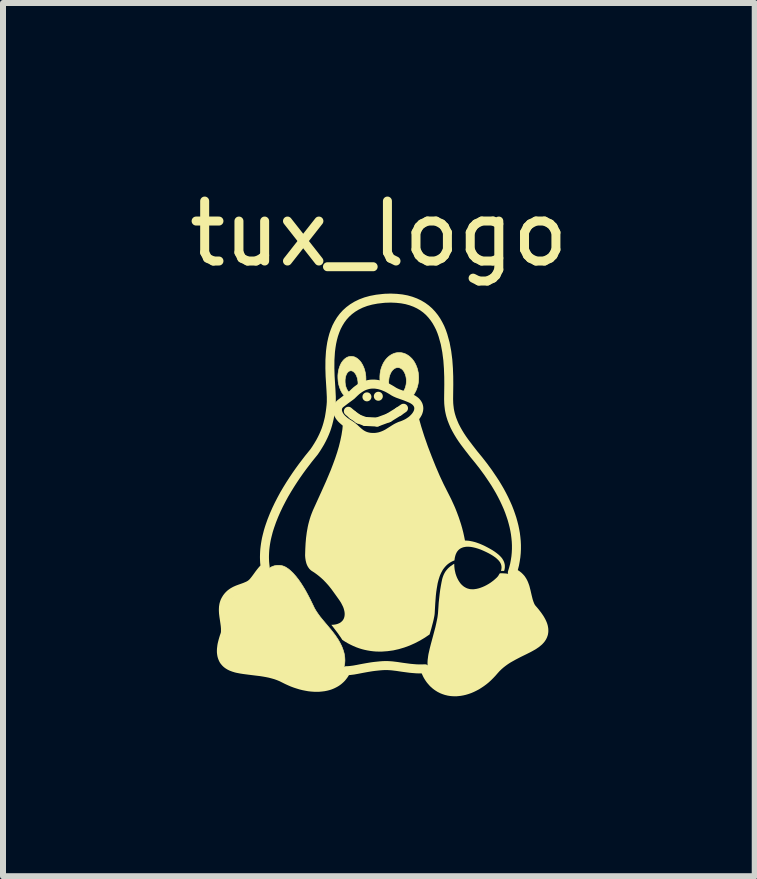
<source format=kicad_pcb>
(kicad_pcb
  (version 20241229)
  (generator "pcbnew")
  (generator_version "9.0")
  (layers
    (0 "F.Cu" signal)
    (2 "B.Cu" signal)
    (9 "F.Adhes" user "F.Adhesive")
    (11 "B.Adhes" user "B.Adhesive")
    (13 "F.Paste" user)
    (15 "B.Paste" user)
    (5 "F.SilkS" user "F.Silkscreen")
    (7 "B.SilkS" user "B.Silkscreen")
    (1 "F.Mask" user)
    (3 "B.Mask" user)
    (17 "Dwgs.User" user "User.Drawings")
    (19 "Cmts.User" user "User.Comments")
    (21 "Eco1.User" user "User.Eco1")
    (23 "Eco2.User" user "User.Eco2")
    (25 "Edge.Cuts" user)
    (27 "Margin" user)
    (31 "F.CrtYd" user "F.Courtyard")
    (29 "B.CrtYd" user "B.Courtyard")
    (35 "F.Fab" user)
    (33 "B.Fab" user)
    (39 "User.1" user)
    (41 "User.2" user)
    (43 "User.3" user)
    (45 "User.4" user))
  (footprint "tux_logo"
    (layer "F.Cu")
    (at 3.268 5.348)
    (property "Reference" "tux_logo" (at 0 -4.5 0) (unlocked yes) (layer "F.SilkS") (effects (font (size 1 1) (thickness 0.15))))
    (attr board_only exclude_from_pos_files exclude_from_bom allow_missing_courtyard dnp)
    (fp_line (start -0.439 -1.48) (end -0.509 -1.54) (stroke (width 0.15) (type default)) (layer "F.SilkS"))
    (fp_line (start -0.339 -1.41) (end -0.439 -1.48) (stroke (width 0.15) (type default)) (layer "F.SilkS"))
    (fp_line (start -0.229 -1.37) (end -0.339 -1.41) (stroke (width 0.15) (type default)) (layer "F.SilkS"))
    (fp_line (start -0.029 -1.36) (end -0.229 -1.37) (stroke (width 0.15) (type default)) (layer "F.SilkS"))
    (fp_line (start 0.161 -1.43) (end -0.029 -1.36) (stroke (width 0.15) (type default)) (layer "F.SilkS"))
    (fp_line (start 0.331 -1.535) (end 0.161 -1.43) (stroke (width 0.15) (type default)) (layer "F.SilkS"))
    (fp_line (start 0.411 -1.59) (end 0.331 -1.535) (stroke (width 0.15) (type default)) (layer "F.SilkS"))
    (fp_circle (center -0.199 -1.78) (end -0.124 -1.78) (stroke (width 0) (type solid)) (fill yes) (layer "F.SilkS"))
    (fp_circle (center -0.009 -1.79) (end 0.066 -1.79) (stroke (width 0) (type solid)) (fill yes) (layer "F.SilkS"))
    (fp_poly (pts (xy -1.649 1.03) (xy -1.629 1.033) (xy -1.629 1.033) (xy -1.62 1.034) (xy -1.61 1.037) (xy -1.601 1.04) (xy -1.591 1.043) (xy -1.581 1.047) (xy -1.571 1.051) (xy -1.552 1.061) (xy -1.533 1.073) (xy -1.513 1.086) (xy -1.494 1.101) (xy -1.475 1.117) (xy -1.456 1.135) (xy -1.437 1.153) (xy -1.419 1.172) (xy -1.401 1.193) (xy -1.383 1.213) (xy -1.366 1.235) (xy -1.349 1.256) (xy -1.333 1.278) (xy -1.317 1.301) (xy -1.301 1.324) (xy -1.269 1.374) (xy -1.237 1.426) (xy -1.206 1.481) (xy -1.176 1.537) (xy -1.146 1.595) (xy -1.117 1.654) (xy -1.088 1.714) (xy -1.074 1.744) (xy -1.057 1.773) (xy -1.039 1.802) (xy -1.02 1.83) (xy -1 1.858) (xy -0.979 1.887) (xy -0.934 1.942) (xy -0.84 2.054) (xy -0.792 2.111) (xy -0.769 2.14) (xy -0.747 2.169) (xy -0.725 2.198) (xy -0.705 2.228) (xy -0.685 2.257) (xy -0.667 2.287) (xy -0.65 2.317) (xy -0.635 2.347) (xy -0.62 2.377) (xy -0.608 2.407) (xy -0.597 2.437) (xy -0.587 2.468) (xy -0.579 2.498) (xy -0.573 2.528) (xy -0.569 2.559) (xy -0.567 2.589) (xy -0.566 2.62) (xy -0.568 2.65) (xy -0.569 2.666) (xy -0.572 2.681) (xy -0.575 2.696) (xy -0.578 2.71) (xy -0.582 2.725) (xy -0.587 2.74) (xy -0.593 2.754) (xy -0.599 2.768) (xy -0.612 2.795) (xy -0.628 2.822) (xy -0.646 2.847) (xy -0.667 2.871) (xy -0.689 2.893) (xy -0.712 2.914) (xy -0.738 2.933) (xy -0.765 2.951) (xy -0.793 2.966) (xy -0.808 2.973) (xy -0.823 2.98) (xy -0.839 2.985) (xy -0.854 2.991) (xy -0.87 2.995) (xy -0.887 2.999) (xy -0.921 3.006) (xy -0.956 3.011) (xy -0.993 3.014) (xy -1.032 3.015) (xy -1.071 3.014) (xy -1.112 3.011) (xy -1.154 3.007) (xy -1.198 3) (xy -1.242 2.991) (xy -1.286 2.98) (xy -1.332 2.967) (xy -1.378 2.952) (xy -1.424 2.935) (xy -1.471 2.916) (xy -1.518 2.894) (xy -1.564 2.87) (xy -1.612 2.847) (xy -1.66 2.827) (xy -1.708 2.81) (xy -1.757 2.796) (xy -1.806 2.784) (xy -1.855 2.774) (xy -1.904 2.766) (xy -1.952 2.759) (xy -2.047 2.748) (xy -2.138 2.738) (xy -2.223 2.728) (xy -2.264 2.722) (xy -2.302 2.715) (xy -2.321 2.71) (xy -2.34 2.705) (xy -2.36 2.7) (xy -2.379 2.693) (xy -2.397 2.686) (xy -2.416 2.678) (xy -2.433 2.67) (xy -2.451 2.661) (xy -2.467 2.652) (xy -2.482 2.643) (xy -2.496 2.633) (xy -2.509 2.623) (xy -2.521 2.612) (xy -2.531 2.602) (xy -2.539 2.591) (xy -2.546 2.58) (xy -2.551 2.568) (xy -2.556 2.555) (xy -2.56 2.541) (xy -2.563 2.526) (xy -2.566 2.51) (xy -2.568 2.492) (xy -2.569 2.474) (xy -2.569 2.454) (xy -2.569 2.434) (xy -2.567 2.413) (xy -2.564 2.391) (xy -2.561 2.368) (xy -2.556 2.345) (xy -2.55 2.321) (xy -2.543 2.296) (xy -2.534 2.27) (xy -2.526 2.245) (xy -2.519 2.22) (xy -2.514 2.195) (xy -2.51 2.172) (xy -2.507 2.149) (xy -2.505 2.126) (xy -2.504 2.104) (xy -2.504 2.082) (xy -2.505 2.061) (xy -2.506 2.04) (xy -2.51 1.999) (xy -2.515 1.96) (xy -2.521 1.922) (xy -2.532 1.848) (xy -2.537 1.812) (xy -2.538 1.794) (xy -2.539 1.777) (xy -2.539 1.76) (xy -2.539 1.744) (xy -2.538 1.728) (xy -2.536 1.712) (xy -2.533 1.696) (xy -2.528 1.681) (xy -2.523 1.666) (xy -2.516 1.652) (xy -2.508 1.638) (xy -2.499 1.624) (xy -2.49 1.61) (xy -2.479 1.597) (xy -2.467 1.583) (xy -2.455 1.571) (xy -2.442 1.558) (xy -2.429 1.546) (xy -2.415 1.534) (xy -2.4 1.523) (xy -2.386 1.513) (xy -2.371 1.504) (xy -2.356 1.495) (xy -2.341 1.487) (xy -2.325 1.48) (xy -2.31 1.474) (xy -2.19 1.436) (xy -2.175 1.43) (xy -2.161 1.423) (xy -2.146 1.416) (xy -2.131 1.408) (xy -2.117 1.399) (xy -2.103 1.388) (xy -2.089 1.376) (xy -2.075 1.363) (xy -2.062 1.349) (xy -2.049 1.334) (xy -2.037 1.319) (xy -2.025 1.304) (xy -2.002 1.273) (xy -1.98 1.242) (xy -1.958 1.212) (xy -1.937 1.183) (xy -1.926 1.168) (xy -1.915 1.155) (xy -1.904 1.142) (xy -1.893 1.129) (xy -1.877 1.115) (xy -1.862 1.102) (xy -1.847 1.09) (xy -1.832 1.08) (xy -1.817 1.07) (xy -1.801 1.061) (xy -1.785 1.053) (xy -1.77 1.046) (xy -1.753 1.041) (xy -1.737 1.036) (xy -1.72 1.033) (xy -1.703 1.03) (xy -1.685 1.029) (xy -1.667 1.029)) (stroke (width 0.01) (type solid)) (fill yes) (layer "F.SilkS"))
    (fp_poly (pts (xy -0.08 -1.993) (xy -0.062 -1.992) (xy -0.044 -1.99) (xy -0.026 -1.987) (xy -0.007 -1.984) (xy 0.012 -1.98) (xy 0.032 -1.974) (xy 0.052 -1.968) (xy 0.073 -1.961) (xy 0.094 -1.952) (xy 0.116 -1.943) (xy 0.138 -1.933) (xy 0.161 -1.921) (xy 0.184 -1.908) (xy 0.208 -1.894) (xy 0.232 -1.879) (xy 0.247 -1.869) (xy 0.262 -1.861) (xy 0.277 -1.853) (xy 0.291 -1.847) (xy 0.306 -1.84) (xy 0.321 -1.834) (xy 0.352 -1.823) (xy 0.425 -1.797) (xy 0.447 -1.789) (xy 0.469 -1.78) (xy 0.494 -1.77) (xy 0.52 -1.759) (xy 0.52 -1.759) (xy 0.52 -1.759) (xy 0.533 -1.754) (xy 0.545 -1.748) (xy 0.556 -1.742) (xy 0.567 -1.736) (xy 0.577 -1.73) (xy 0.587 -1.723) (xy 0.596 -1.717) (xy 0.604 -1.71) (xy 0.612 -1.704) (xy 0.619 -1.697) (xy 0.625 -1.69) (xy 0.631 -1.683) (xy 0.637 -1.675) (xy 0.642 -1.668) (xy 0.646 -1.661) (xy 0.65 -1.654) (xy 0.654 -1.646) (xy 0.657 -1.639) (xy 0.659 -1.631) (xy 0.662 -1.623) (xy 0.663 -1.616) (xy 0.665 -1.608) (xy 0.665 -1.6) (xy 0.666 -1.592) (xy 0.666 -1.584) (xy 0.665 -1.576) (xy 0.665 -1.568) (xy 0.663 -1.56) (xy 0.662 -1.551) (xy 0.659 -1.543) (xy 0.657 -1.535) (xy 0.654 -1.526) (xy 0.651 -1.518) (xy 0.647 -1.509) (xy 0.638 -1.493) (xy 0.628 -1.476) (xy 0.616 -1.459) (xy 0.602 -1.442) (xy 0.587 -1.426) (xy 0.571 -1.41) (xy 0.553 -1.394) (xy 0.534 -1.379) (xy 0.513 -1.365) (xy 0.492 -1.351) (xy 0.469 -1.338) (xy 0.444 -1.326) (xy 0.419 -1.315) (xy 0.393 -1.304) (xy 0.365 -1.295) (xy 0.365 -1.295) (xy 0.365 -1.295) (xy 0.351 -1.29) (xy 0.338 -1.284) (xy 0.325 -1.278) (xy 0.312 -1.272) (xy 0.299 -1.265) (xy 0.286 -1.258) (xy 0.26 -1.242) (xy 0.208 -1.209) (xy 0.181 -1.192) (xy 0.154 -1.175) (xy 0.14 -1.167) (xy 0.125 -1.159) (xy 0.111 -1.152) (xy 0.096 -1.145) (xy 0.08 -1.138) (xy 0.064 -1.132) (xy 0.048 -1.126) (xy 0.032 -1.121) (xy 0.015 -1.116) (xy -0.003 -1.112) (xy -0.021 -1.109) (xy -0.04 -1.106) (xy -0.059 -1.104) (xy -0.079 -1.103) (xy -0.1 -1.103) (xy -0.121 -1.104) (xy -0.139 -1.105) (xy -0.156 -1.107) (xy -0.172 -1.11) (xy -0.187 -1.113) (xy -0.202 -1.117) (xy -0.216 -1.121) (xy -0.23 -1.126) (xy -0.242 -1.131) (xy -0.255 -1.137) (xy -0.267 -1.143) (xy -0.278 -1.149) (xy -0.289 -1.156) (xy -0.3 -1.163) (xy -0.31 -1.17) (xy -0.33 -1.186) (xy -0.34 -1.194) (xy -0.35 -1.203) (xy -0.369 -1.22) (xy -0.408 -1.256) (xy -0.428 -1.273) (xy -0.439 -1.282) (xy -0.45 -1.291) (xy -0.461 -1.299) (xy -0.473 -1.307) (xy -0.485 -1.315) (xy -0.497 -1.323) (xy -0.497 -1.323) (xy -0.497 -1.323) (xy -0.517 -1.335) (xy -0.536 -1.347) (xy -0.553 -1.359) (xy -0.57 -1.371) (xy -0.585 -1.384) (xy -0.599 -1.396) (xy -0.613 -1.409) (xy -0.625 -1.421) (xy -0.636 -1.434) (xy -0.646 -1.446) (xy -0.655 -1.459) (xy -0.662 -1.471) (xy -0.669 -1.483) (xy -0.675 -1.495) (xy -0.68 -1.507) (xy -0.684 -1.519) (xy -0.687 -1.531) (xy -0.69 -1.542) (xy -0.691 -1.553) (xy -0.691 -1.564) (xy -0.691 -1.575) (xy -0.69 -1.585) (xy -0.688 -1.595) (xy -0.685 -1.605) (xy -0.681 -1.615) (xy -0.677 -1.624) (xy -0.671 -1.634) (xy -0.665 -1.642) (xy -0.658 -1.651) (xy -0.65 -1.659) (xy -0.641 -1.668) (xy -0.631 -1.675) (xy -0.554 -1.734) (xy -0.5 -1.773) (xy -0.469 -1.796) (xy -0.464 -1.8) (xy -0.459 -1.804) (xy -0.455 -1.807) (xy -0.452 -1.81) (xy -0.452 -1.81) (xy -0.452 -1.81) (xy -0.452 -1.81) (xy -0.452 -1.81) (xy -0.452 -1.81) (xy -0.452 -1.81) (xy -0.452 -1.81) (xy -0.452 -1.81) (xy -0.452 -1.81) (xy -0.452 -1.81) (xy -0.452 -1.81) (xy -0.452 -1.81) (xy -0.452 -1.81) (xy -0.452 -1.81) (xy -0.412 -1.849) (xy -0.401 -1.859) (xy -0.389 -1.87) (xy -0.376 -1.882) (xy -0.362 -1.893) (xy -0.347 -1.904) (xy -0.332 -1.915) (xy -0.316 -1.926) (xy -0.299 -1.936) (xy -0.282 -1.946) (xy -0.273 -1.951) (xy -0.263 -1.955) (xy -0.254 -1.96) (xy -0.244 -1.964) (xy -0.234 -1.968) (xy -0.224 -1.971) (xy -0.209 -1.976) (xy -0.195 -1.98) (xy -0.179 -1.984) (xy -0.172 -1.986) (xy -0.164 -1.987) (xy -0.156 -1.988) (xy -0.148 -1.99) (xy -0.14 -1.991) (xy -0.131 -1.992) (xy -0.123 -1.992) (xy -0.114 -1.993) (xy -0.106 -1.993) (xy -0.097 -1.993) (xy -0.097 -1.993)) (stroke (width 0.15) (type solid)) (fill no) (layer "F.SilkS"))
    (fp_poly (pts (xy 1.258 1.043) (xy 1.258 1.043) (xy 1.258 1.043) (xy 1.258 1.043) (xy 1.258 1.043) (xy 1.261 1.075) (xy 1.265 1.106) (xy 1.272 1.138) (xy 1.279 1.168) (xy 1.289 1.198) (xy 1.3 1.227) (xy 1.313 1.255) (xy 1.327 1.281) (xy 1.343 1.306) (xy 1.36 1.33) (xy 1.379 1.351) (xy 1.4 1.37) (xy 1.411 1.379) (xy 1.422 1.387) (xy 1.434 1.394) (xy 1.446 1.401) (xy 1.458 1.407) (xy 1.471 1.413) (xy 1.484 1.417) (xy 1.498 1.421) (xy 1.513 1.425) (xy 1.528 1.427) (xy 1.544 1.428) (xy 1.56 1.429) (xy 1.577 1.429) (xy 1.594 1.427) (xy 1.628 1.422) (xy 1.662 1.414) (xy 1.697 1.403) (xy 1.731 1.39) (xy 1.765 1.375) (xy 1.798 1.358) (xy 1.831 1.339) (xy 1.862 1.319) (xy 1.891 1.298) (xy 1.918 1.277) (xy 1.943 1.255) (xy 1.966 1.234) (xy 1.986 1.212) (xy 1.989 1.207) (xy 1.993 1.202) (xy 1.995 1.197) (xy 1.998 1.193) (xy 2.003 1.184) (xy 2.007 1.177) (xy 2.009 1.174) (xy 2.011 1.171) (xy 2.013 1.168) (xy 2.014 1.167) (xy 2.015 1.166) (xy 2.016 1.165) (xy 2.018 1.164) (xy 2.019 1.164) (xy 2.02 1.163) (xy 2.022 1.163) (xy 2.023 1.162) (xy 2.025 1.162) (xy 2.027 1.162) (xy 2.06 1.162) (xy 2.077 1.163) (xy 2.094 1.164) (xy 2.112 1.165) (xy 2.13 1.167) (xy 2.148 1.17) (xy 2.165 1.174) (xy 2.183 1.178) (xy 2.2 1.182) (xy 2.216 1.188) (xy 2.232 1.194) (xy 2.248 1.202) (xy 2.262 1.21) (xy 2.276 1.219) (xy 2.289 1.229) (xy 2.301 1.24) (xy 2.312 1.253) (xy 2.323 1.266) (xy 2.333 1.28) (xy 2.343 1.295) (xy 2.353 1.311) (xy 2.362 1.328) (xy 2.37 1.345) (xy 2.378 1.363) (xy 2.385 1.381) (xy 2.392 1.4) (xy 2.399 1.419) (xy 2.405 1.438) (xy 2.41 1.457) (xy 2.415 1.477) (xy 2.42 1.496) (xy 2.428 1.534) (xy 2.435 1.573) (xy 2.444 1.613) (xy 2.449 1.633) (xy 2.454 1.654) (xy 2.461 1.674) (xy 2.469 1.694) (xy 2.478 1.715) (xy 2.488 1.736) (xy 2.5 1.757) (xy 2.514 1.778) (xy 2.53 1.799) (xy 2.548 1.821) (xy 2.566 1.842) (xy 2.584 1.864) (xy 2.6 1.886) (xy 2.615 1.909) (xy 2.629 1.93) (xy 2.642 1.952) (xy 2.653 1.974) (xy 2.664 1.995) (xy 2.673 2.015) (xy 2.681 2.035) (xy 2.687 2.053) (xy 2.693 2.071) (xy 2.697 2.088) (xy 2.699 2.104) (xy 2.701 2.118) (xy 2.701 2.131) (xy 2.7 2.137) (xy 2.699 2.143) (xy 2.697 2.156) (xy 2.693 2.169) (xy 2.688 2.182) (xy 2.682 2.195) (xy 2.675 2.208) (xy 2.667 2.221) (xy 2.658 2.234) (xy 2.648 2.247) (xy 2.637 2.259) (xy 2.626 2.272) (xy 2.613 2.284) (xy 2.599 2.295) (xy 2.585 2.307) (xy 2.57 2.317) (xy 2.554 2.327) (xy 2.521 2.347) (xy 2.485 2.366) (xy 2.407 2.404) (xy 2.323 2.445) (xy 2.236 2.49) (xy 2.191 2.515) (xy 2.147 2.541) (xy 2.103 2.57) (xy 2.06 2.601) (xy 2.018 2.634) (xy 1.977 2.67) (xy 1.937 2.709) (xy 1.918 2.73) (xy 1.9 2.752) (xy 1.867 2.789) (xy 1.833 2.824) (xy 1.798 2.857) (xy 1.762 2.888) (xy 1.724 2.917) (xy 1.686 2.943) (xy 1.647 2.968) (xy 1.608 2.99) (xy 1.569 3.011) (xy 1.529 3.029) (xy 1.49 3.044) (xy 1.452 3.058) (xy 1.414 3.069) (xy 1.377 3.078) (xy 1.341 3.084) (xy 1.307 3.088) (xy 1.273 3.089) (xy 1.238 3.087) (xy 1.204 3.083) (xy 1.171 3.076) (xy 1.137 3.066) (xy 1.104 3.053) (xy 1.072 3.039) (xy 1.041 3.021) (xy 1.011 3.001) (xy 0.982 2.979) (xy 0.954 2.955) (xy 0.928 2.929) (xy 0.903 2.901) (xy 0.881 2.87) (xy 0.86 2.838) (xy 0.842 2.804) (xy 0.842 2.804) (xy 0.842 2.803) (xy 0.836 2.793) (xy 0.832 2.782) (xy 0.828 2.771) (xy 0.824 2.76) (xy 0.818 2.736) (xy 0.815 2.711) (xy 0.812 2.686) (xy 0.811 2.659) (xy 0.812 2.631) (xy 0.814 2.602) (xy 0.818 2.573) (xy 0.822 2.542) (xy 0.827 2.511) (xy 0.834 2.48) (xy 0.849 2.414) (xy 0.866 2.347) (xy 0.904 2.206) (xy 0.923 2.134) (xy 0.942 2.063) (xy 0.958 1.992) (xy 0.972 1.925) (xy 0.978 1.892) (xy 0.982 1.861) (xy 0.986 1.83) (xy 0.988 1.801) (xy 0.988 1.8) (xy 0.993 1.727) (xy 0.998 1.652) (xy 1.006 1.578) (xy 1.014 1.506) (xy 1.023 1.436) (xy 1.034 1.371) (xy 1.045 1.311) (xy 1.056 1.259) (xy 1.063 1.235) (xy 1.071 1.212) (xy 1.079 1.191) (xy 1.089 1.17) (xy 1.099 1.151) (xy 1.11 1.133) (xy 1.122 1.117) (xy 1.135 1.101) (xy 1.148 1.086) (xy 1.162 1.072) (xy 1.177 1.059) (xy 1.192 1.046) (xy 1.208 1.035) (xy 1.224 1.024) (xy 1.24 1.013) (xy 1.257 1.004)) (stroke (width -0.000001) (type solid)) (fill yes) (layer "F.SilkS"))
    (fp_poly (pts (xy -0.46 -2.455) (xy -0.46 -2.455) (xy -0.46 -2.455) (xy -0.46 -2.455) (xy -0.46 -2.455) (xy -0.46 -2.455) (xy -0.46 -2.455) (xy -0.46 -2.455) (xy -0.46 -2.455) (xy -0.46 -2.455) (xy -0.46 -2.455) (xy -0.453 -2.455) (xy -0.446 -2.454) (xy -0.439 -2.453) (xy -0.432 -2.452) (xy -0.425 -2.451) (xy -0.418 -2.449) (xy -0.411 -2.447) (xy -0.404 -2.445) (xy -0.398 -2.442) (xy -0.391 -2.439) (xy -0.384 -2.435) (xy -0.378 -2.432) (xy -0.371 -2.427) (xy -0.364 -2.423) (xy -0.358 -2.418) (xy -0.351 -2.413) (xy -0.344 -2.407) (xy -0.337 -2.401) (xy -0.33 -2.394) (xy -0.323 -2.388) (xy -0.317 -2.381) (xy -0.311 -2.374) (xy -0.305 -2.366) (xy -0.299 -2.358) (xy -0.293 -2.35) (xy -0.288 -2.342) (xy -0.283 -2.333) (xy -0.277 -2.324) (xy -0.272 -2.315) (xy -0.268 -2.306) (xy -0.263 -2.296) (xy -0.258 -2.285) (xy -0.254 -2.275) (xy -0.249 -2.264) (xy -0.245 -2.253) (xy -0.242 -2.243) (xy -0.238 -2.232) (xy -0.235 -2.221) (xy -0.232 -2.21) (xy -0.23 -2.199) (xy -0.227 -2.188) (xy -0.225 -2.177) (xy -0.223 -2.166) (xy -0.221 -2.154) (xy -0.22 -2.142) (xy -0.218 -2.13) (xy -0.217 -2.118) (xy -0.217 -2.106) (xy -0.217 -2.105) (xy -0.216 -2.095) (xy -0.216 -2.085) (xy -0.216 -2.074) (xy -0.216 -2.064) (xy -0.216 -2.055) (xy -0.216 -2.045) (xy -0.217 -2.035) (xy -0.217 -2.025) (xy -0.223 -2.024) (xy -0.229 -2.022) (xy -0.234 -2.02) (xy -0.24 -2.018) (xy -0.255 -2.013) (xy -0.27 -2.007) (xy -0.285 -2) (xy -0.299 -1.993) (xy -0.312 -1.986) (xy -0.325 -1.978) (xy -0.338 -1.971) (xy -0.35 -1.963) (xy -0.349 -1.971) (xy -0.349 -1.98) (xy -0.348 -1.988) (xy -0.348 -1.997) (xy -0.348 -2.006) (xy -0.348 -2.015) (xy -0.348 -2.024) (xy -0.349 -2.033) (xy -0.349 -2.034) (xy -0.349 -2.034) (xy -0.349 -2.035) (xy -0.349 -2.035) (xy -0.349 -2.035) (xy -0.349 -2.036) (xy -0.349 -2.037) (xy -0.351 -2.049) (xy -0.353 -2.061) (xy -0.355 -2.073) (xy -0.357 -2.084) (xy -0.36 -2.095) (xy -0.364 -2.106) (xy -0.367 -2.117) (xy -0.372 -2.127) (xy -0.374 -2.133) (xy -0.376 -2.138) (xy -0.379 -2.143) (xy -0.381 -2.148) (xy -0.384 -2.153) (xy -0.386 -2.157) (xy -0.389 -2.161) (xy -0.392 -2.166) (xy -0.395 -2.17) (xy -0.398 -2.173) (xy -0.4 -2.177) (xy -0.404 -2.181) (xy -0.407 -2.184) (xy -0.41 -2.187) (xy -0.413 -2.191) (xy -0.417 -2.194) (xy -0.42 -2.196) (xy -0.423 -2.199) (xy -0.426 -2.201) (xy -0.429 -2.203) (xy -0.432 -2.205) (xy -0.435 -2.207) (xy -0.438 -2.208) (xy -0.441 -2.21) (xy -0.444 -2.211) (xy -0.447 -2.212) (xy -0.451 -2.213) (xy -0.454 -2.214) (xy -0.457 -2.214) (xy -0.46 -2.215) (xy -0.463 -2.215) (xy -0.466 -2.215) (xy -0.467 -2.215) (xy -0.468 -2.215) (xy -0.469 -2.215) (xy -0.469 -2.215) (xy -0.471 -2.215) (xy -0.472 -2.215) (xy -0.476 -2.214) (xy -0.479 -2.214) (xy -0.483 -2.213) (xy -0.486 -2.212) (xy -0.489 -2.211) (xy -0.493 -2.209) (xy -0.496 -2.208) (xy -0.499 -2.206) (xy -0.502 -2.204) (xy -0.505 -2.202) (xy -0.508 -2.199) (xy -0.511 -2.197) (xy -0.514 -2.194) (xy -0.517 -2.191) (xy -0.52 -2.188) (xy -0.523 -2.184) (xy -0.526 -2.181) (xy -0.529 -2.177) (xy -0.531 -2.173) (xy -0.534 -2.169) (xy -0.536 -2.165) (xy -0.538 -2.161) (xy -0.54 -2.157) (xy -0.543 -2.152) (xy -0.544 -2.148) (xy -0.546 -2.143) (xy -0.548 -2.138) (xy -0.55 -2.133) (xy -0.551 -2.128) (xy -0.553 -2.122) (xy -0.554 -2.117) (xy -0.556 -2.111) (xy -0.558 -2.1) (xy -0.559 -2.094) (xy -0.56 -2.088) (xy -0.561 -2.082) (xy -0.562 -2.076) (xy -0.562 -2.07) (xy -0.563 -2.064) (xy -0.563 -2.058) (xy -0.563 -2.052) (xy -0.563 -2.04) (xy -0.563 -2.028) (xy -0.562 -2.015) (xy -0.562 -2.011) (xy -0.56 -1.998) (xy -0.559 -1.986) (xy -0.556 -1.975) (xy -0.554 -1.963) (xy -0.551 -1.952) (xy -0.548 -1.942) (xy -0.544 -1.931) (xy -0.54 -1.92) (xy -0.537 -1.915) (xy -0.535 -1.91) (xy -0.532 -1.905) (xy -0.53 -1.9) (xy -0.527 -1.895) (xy -0.525 -1.891) (xy -0.522 -1.886) (xy -0.519 -1.882) (xy -0.517 -1.878) (xy -0.514 -1.874) (xy -0.511 -1.871) (xy -0.508 -1.867) (xy -0.505 -1.864) (xy -0.501 -1.86) (xy -0.498 -1.857) (xy -0.495 -1.854) (xy -0.493 -1.853) (xy -0.492 -1.852) (xy -0.491 -1.851) (xy -0.49 -1.85) (xy -0.489 -1.849) (xy -0.488 -1.848) (xy -0.487 -1.848) (xy -0.485 -1.847) (xy -0.498 -1.837) (xy -0.509 -1.829) (xy -0.519 -1.821) (xy -0.529 -1.813) (xy -0.566 -1.787) (xy -0.571 -1.792) (xy -0.577 -1.798) (xy -0.582 -1.804) (xy -0.587 -1.81) (xy -0.592 -1.816) (xy -0.597 -1.822) (xy -0.602 -1.829) (xy -0.607 -1.836) (xy -0.611 -1.843) (xy -0.616 -1.85) (xy -0.62 -1.858) (xy -0.624 -1.865) (xy -0.629 -1.873) (xy -0.633 -1.882) (xy -0.637 -1.89) (xy -0.641 -1.899) (xy -0.645 -1.91) (xy -0.649 -1.92) (xy -0.653 -1.931) (xy -0.657 -1.942) (xy -0.66 -1.952) (xy -0.664 -1.963) (xy -0.666 -1.974) (xy -0.669 -1.985) (xy -0.672 -1.996) (xy -0.674 -2.007) (xy -0.676 -2.019) (xy -0.678 -2.03) (xy -0.679 -2.042) (xy -0.68 -2.054) (xy -0.681 -2.066) (xy -0.682 -2.078) (xy -0.682 -2.079) (xy -0.683 -2.104) (xy -0.683 -2.127) (xy -0.683 -2.139) (xy -0.682 -2.151) (xy -0.681 -2.162) (xy -0.68 -2.173) (xy -0.678 -2.184) (xy -0.677 -2.196) (xy -0.675 -2.207) (xy -0.673 -2.218) (xy -0.67 -2.229) (xy -0.668 -2.24) (xy -0.665 -2.251) (xy -0.661 -2.262) (xy -0.658 -2.273) (xy -0.654 -2.283) (xy -0.65 -2.294) (xy -0.646 -2.304) (xy -0.642 -2.313) (xy -0.638 -2.322) (xy -0.633 -2.331) (xy -0.629 -2.34) (xy -0.624 -2.348) (xy -0.619 -2.356) (xy -0.613 -2.364) (xy -0.608 -2.371) (xy -0.602 -2.379) (xy -0.596 -2.386) (xy -0.59 -2.393) (xy -0.584 -2.399) (xy -0.577 -2.406) (xy -0.57 -2.412) (xy -0.564 -2.417) (xy -0.557 -2.423) (xy -0.55 -2.427) (xy -0.543 -2.432) (xy -0.537 -2.436) (xy -0.53 -2.439) (xy -0.523 -2.443) (xy -0.515 -2.445) (xy -0.508 -2.448) (xy -0.501 -2.45) (xy -0.493 -2.452) (xy -0.486 -2.453) (xy -0.478 -2.454) (xy -0.47 -2.455) (xy -0.467 -2.455) (xy -0.465 -2.455) (xy -0.463 -2.455) (xy -0.46 -2.455)) (stroke (width 0.01) (type solid)) (fill yes) (layer "F.SilkS"))
    (fp_poly (pts (xy 0.349 -2.518) (xy 0.36 -2.518) (xy 0.371 -2.517) (xy 0.381 -2.515) (xy 0.391 -2.513) (xy 0.401 -2.511) (xy 0.411 -2.508) (xy 0.421 -2.505) (xy 0.431 -2.502) (xy 0.44 -2.498) (xy 0.45 -2.493) (xy 0.46 -2.488) (xy 0.469 -2.483) (xy 0.479 -2.477) (xy 0.488 -2.471) (xy 0.498 -2.464) (xy 0.508 -2.457) (xy 0.517 -2.449) (xy 0.526 -2.441) (xy 0.534 -2.433) (xy 0.543 -2.425) (xy 0.551 -2.417) (xy 0.558 -2.408) (xy 0.566 -2.398) (xy 0.573 -2.389) (xy 0.58 -2.379) (xy 0.587 -2.369) (xy 0.594 -2.358) (xy 0.6 -2.347) (xy 0.606 -2.336) (xy 0.612 -2.324) (xy 0.618 -2.312) (xy 0.623 -2.299) (xy 0.628 -2.287) (xy 0.633 -2.275) (xy 0.637 -2.263) (xy 0.641 -2.251) (xy 0.645 -2.239) (xy 0.648 -2.226) (xy 0.651 -2.214) (xy 0.653 -2.201) (xy 0.656 -2.188) (xy 0.658 -2.176) (xy 0.659 -2.162) (xy 0.661 -2.149) (xy 0.662 -2.136) (xy 0.663 -2.122) (xy 0.663 -2.108) (xy 0.663 -2.107) (xy 0.663 -2.106) (xy 0.663 -2.105) (xy 0.663 -2.105) (xy 0.663 -2.105) (xy 0.663 -2.104) (xy 0.663 -2.104) (xy 0.663 -2.103) (xy 0.663 -2.103) (xy 0.663 -2.103) (xy 0.664 -2.102) (xy 0.663 -2.088) (xy 0.663 -2.074) (xy 0.662 -2.06) (xy 0.661 -2.046) (xy 0.66 -2.033) (xy 0.658 -2.02) (xy 0.656 -2.007) (xy 0.654 -1.994) (xy 0.651 -1.981) (xy 0.648 -1.968) (xy 0.645 -1.955) (xy 0.641 -1.943) (xy 0.637 -1.93) (xy 0.632 -1.917) (xy 0.627 -1.905) (xy 0.622 -1.892) (xy 0.616 -1.878) (xy 0.609 -1.865) (xy 0.602 -1.852) (xy 0.595 -1.839) (xy 0.588 -1.827) (xy 0.58 -1.816) (xy 0.572 -1.805) (xy 0.563 -1.794) (xy 0.558 -1.797) (xy 0.552 -1.8) (xy 0.545 -1.802) (xy 0.539 -1.805) (xy 0.518 -1.814) (xy 0.498 -1.822) (xy 0.48 -1.829) (xy 0.462 -1.836) (xy 0.429 -1.848) (xy 0.4 -1.859) (xy 0.403 -1.862) (xy 0.405 -1.865) (xy 0.407 -1.868) (xy 0.41 -1.871) (xy 0.412 -1.875) (xy 0.414 -1.878) (xy 0.417 -1.882) (xy 0.419 -1.886) (xy 0.421 -1.889) (xy 0.423 -1.893) (xy 0.425 -1.897) (xy 0.427 -1.901) (xy 0.429 -1.905) (xy 0.431 -1.909) (xy 0.433 -1.914) (xy 0.435 -1.918) (xy 0.437 -1.925) (xy 0.44 -1.932) (xy 0.442 -1.939) (xy 0.444 -1.945) (xy 0.446 -1.952) (xy 0.448 -1.959) (xy 0.45 -1.966) (xy 0.451 -1.973) (xy 0.453 -1.98) (xy 0.454 -1.987) (xy 0.455 -1.995) (xy 0.456 -2.002) (xy 0.457 -2.009) (xy 0.457 -2.017) (xy 0.458 -2.025) (xy 0.458 -2.032) (xy 0.458 -2.033) (xy 0.458 -2.033) (xy 0.458 -2.033) (xy 0.458 -2.034) (xy 0.458 -2.034) (xy 0.458 -2.035) (xy 0.458 -2.036) (xy 0.459 -2.036) (xy 0.459 -2.036) (xy 0.459 -2.037) (xy 0.459 -2.037) (xy 0.459 -2.038) (xy 0.459 -2.052) (xy 0.458 -2.067) (xy 0.458 -2.074) (xy 0.457 -2.081) (xy 0.456 -2.088) (xy 0.455 -2.095) (xy 0.454 -2.102) (xy 0.453 -2.108) (xy 0.452 -2.115) (xy 0.45 -2.122) (xy 0.447 -2.135) (xy 0.442 -2.148) (xy 0.44 -2.155) (xy 0.438 -2.162) (xy 0.435 -2.168) (xy 0.432 -2.174) (xy 0.43 -2.18) (xy 0.427 -2.186) (xy 0.424 -2.192) (xy 0.421 -2.197) (xy 0.418 -2.202) (xy 0.415 -2.207) (xy 0.411 -2.212) (xy 0.408 -2.217) (xy 0.404 -2.222) (xy 0.4 -2.226) (xy 0.396 -2.23) (xy 0.392 -2.235) (xy 0.388 -2.239) (xy 0.383 -2.242) (xy 0.379 -2.246) (xy 0.375 -2.249) (xy 0.37 -2.252) (xy 0.366 -2.255) (xy 0.362 -2.257) (xy 0.357 -2.259) (xy 0.353 -2.261) (xy 0.348 -2.263) (xy 0.344 -2.264) (xy 0.339 -2.265) (xy 0.334 -2.266) (xy 0.329 -2.267) (xy 0.324 -2.268) (xy 0.319 -2.268) (xy 0.319 -2.268) (xy 0.318 -2.268) (xy 0.317 -2.268) (xy 0.317 -2.268) (xy 0.316 -2.268) (xy 0.311 -2.268) (xy 0.306 -2.268) (xy 0.302 -2.267) (xy 0.297 -2.266) (xy 0.293 -2.265) (xy 0.288 -2.264) (xy 0.284 -2.263) (xy 0.279 -2.261) (xy 0.275 -2.259) (xy 0.271 -2.257) (xy 0.266 -2.255) (xy 0.262 -2.252) (xy 0.258 -2.25) (xy 0.254 -2.247) (xy 0.249 -2.243) (xy 0.245 -2.24) (xy 0.241 -2.236) (xy 0.236 -2.232) (xy 0.232 -2.228) (xy 0.228 -2.223) (xy 0.224 -2.219) (xy 0.22 -2.214) (xy 0.217 -2.209) (xy 0.213 -2.204) (xy 0.21 -2.199) (xy 0.206 -2.194) (xy 0.203 -2.188) (xy 0.2 -2.183) (xy 0.197 -2.177) (xy 0.194 -2.17) (xy 0.191 -2.164) (xy 0.188 -2.157) (xy 0.186 -2.151) (xy 0.183 -2.144) (xy 0.181 -2.137) (xy 0.179 -2.13) (xy 0.177 -2.123) (xy 0.175 -2.117) (xy 0.173 -2.11) (xy 0.171 -2.103) (xy 0.17 -2.096) (xy 0.169 -2.088) (xy 0.168 -2.081) (xy 0.167 -2.074) (xy 0.166 -2.066) (xy 0.166 -2.059) (xy 0.165 -2.051) (xy 0.165 -2.043) (xy 0.165 -2.042) (xy 0.165 -2.042) (xy 0.165 -2.041) (xy 0.165 -2.041) (xy 0.164 -2.04) (xy 0.164 -2.039) (xy 0.164 -2.038) (xy 0.164 -2.029) (xy 0.164 -2.021) (xy 0.165 -2.013) (xy 0.165 -2.004) (xy 0.166 -1.996) (xy 0.167 -1.988) (xy 0.168 -1.98) (xy 0.169 -1.972) (xy 0.15 -1.982) (xy 0.13 -1.991) (xy 0.112 -1.999) (xy 0.093 -2.006) (xy 0.075 -2.012) (xy 0.057 -2.018) (xy 0.039 -2.023) (xy 0.021 -2.028) (xy 0.021 -2.035) (xy 0.02 -2.043) (xy 0.019 -2.051) (xy 0.018 -2.058) (xy 0.018 -2.066) (xy 0.017 -2.074) (xy 0.017 -2.082) (xy 0.017 -2.09) (xy 0.017 -2.096) (xy 0.017 -2.111) (xy 0.017 -2.125) (xy 0.018 -2.138) (xy 0.019 -2.152) (xy 0.02 -2.166) (xy 0.022 -2.179) (xy 0.024 -2.192) (xy 0.026 -2.205) (xy 0.029 -2.218) (xy 0.032 -2.231) (xy 0.035 -2.243) (xy 0.039 -2.256) (xy 0.043 -2.269) (xy 0.048 -2.281) (xy 0.053 -2.294) (xy 0.058 -2.306) (xy 0.064 -2.319) (xy 0.069 -2.331) (xy 0.075 -2.342) (xy 0.081 -2.353) (xy 0.088 -2.364) (xy 0.094 -2.374) (xy 0.101 -2.384) (xy 0.108 -2.394) (xy 0.116 -2.403) (xy 0.123 -2.412) (xy 0.131 -2.421) (xy 0.139 -2.43) (xy 0.148 -2.438) (xy 0.156 -2.446) (xy 0.165 -2.453) (xy 0.175 -2.461) (xy 0.184 -2.468) (xy 0.194 -2.475) (xy 0.204 -2.481) (xy 0.213 -2.486) (xy 0.223 -2.491) (xy 0.233 -2.496) (xy 0.242 -2.5) (xy 0.252 -2.504) (xy 0.262 -2.508) (xy 0.272 -2.51) (xy 0.282 -2.513) (xy 0.293 -2.515) (xy 0.303 -2.516) (xy 0.314 -2.518) (xy 0.325 -2.518) (xy 0.336 -2.519) (xy 0.339 -2.519) (xy 0.339 -2.519) (xy 0.339 -2.519) (xy 0.339 -2.519) (xy 0.339 -2.519) (xy 0.339 -2.519) (xy 0.339 -2.519) (xy 0.339 -2.519)) (stroke (width 0.01) (type solid)) (fill yes) (layer "F.SilkS"))
    (fp_poly (pts (xy 0.663 -1.44) (xy 0.663 -1.44) (xy 0.663 -1.44) (xy 0.663 -1.44) (xy 0.663 -1.44) (xy 0.663 -1.44) (xy 0.663 -1.44) (xy 0.663 -1.44) (xy 0.706 -1.286) (xy 0.758 -1.122) (xy 0.817 -0.953) (xy 0.882 -0.783) (xy 0.948 -0.619) (xy 1.014 -0.465) (xy 1.078 -0.328) (xy 1.136 -0.213) (xy 1.168 -0.15) (xy 1.206 -0.074) (xy 1.247 0.015) (xy 1.269 0.064) (xy 1.29 0.116) (xy 1.311 0.171) (xy 1.332 0.228) (xy 1.352 0.288) (xy 1.372 0.35) (xy 1.39 0.413) (xy 1.407 0.479) (xy 1.422 0.547) (xy 1.436 0.616) (xy 1.457 0.617) (xy 1.477 0.618) (xy 1.498 0.62) (xy 1.518 0.623) (xy 1.539 0.627) (xy 1.559 0.631) (xy 1.579 0.636) (xy 1.599 0.641) (xy 1.619 0.647) (xy 1.639 0.654) (xy 1.659 0.661) (xy 1.678 0.668) (xy 1.716 0.684) (xy 1.754 0.701) (xy 1.805 0.727) (xy 1.851 0.752) (xy 1.894 0.777) (xy 1.932 0.802) (xy 1.966 0.827) (xy 1.997 0.852) (xy 2.023 0.877) (xy 2.046 0.902) (xy 2.056 0.915) (xy 2.064 0.928) (xy 2.072 0.941) (xy 2.079 0.954) (xy 2.085 0.967) (xy 2.09 0.98) (xy 2.094 0.994) (xy 2.097 1.007) (xy 2.1 1.021) (xy 2.101 1.035) (xy 2.101 1.049) (xy 2.101 1.063) (xy 2.099 1.078) (xy 2.097 1.093) (xy 2.093 1.108) (xy 2.089 1.123) (xy 2.077 1.123) (xy 2.065 1.122) (xy 2.053 1.123) (xy 2.041 1.123) (xy 2.036 1.123) (xy 2.04 1.111) (xy 2.042 1.099) (xy 2.044 1.087) (xy 2.045 1.076) (xy 2.046 1.064) (xy 2.045 1.053) (xy 2.044 1.042) (xy 2.042 1.031) (xy 2.039 1.02) (xy 2.036 1.01) (xy 2.031 0.999) (xy 2.026 0.989) (xy 2.02 0.978) (xy 2.013 0.968) (xy 2.005 0.958) (xy 1.997 0.948) (xy 1.987 0.938) (xy 1.977 0.928) (xy 1.966 0.918) (xy 1.955 0.908) (xy 1.942 0.898) (xy 1.928 0.888) (xy 1.914 0.878) (xy 1.899 0.868) (xy 1.866 0.848) (xy 1.83 0.828) (xy 1.79 0.808) (xy 1.747 0.788) (xy 1.701 0.768) (xy 1.656 0.752) (xy 1.613 0.739) (xy 1.571 0.729) (xy 1.531 0.722) (xy 1.494 0.719) (xy 1.476 0.719) (xy 1.458 0.72) (xy 1.441 0.722) (xy 1.425 0.725) (xy 1.41 0.728) (xy 1.395 0.733) (xy 1.38 0.739) (xy 1.367 0.745) (xy 1.354 0.753) (xy 1.342 0.762) (xy 1.33 0.772) (xy 1.32 0.783) (xy 1.31 0.795) (xy 1.301 0.808) (xy 1.293 0.823) (xy 1.286 0.838) (xy 1.279 0.855) (xy 1.274 0.873) (xy 1.269 0.892) (xy 1.265 0.912) (xy 1.264 0.921) (xy 1.263 0.93) (xy 1.261 0.939) (xy 1.26 0.948) (xy 1.253 0.951) (xy 1.246 0.953) (xy 1.239 0.956) (xy 1.232 0.959) (xy 1.225 0.963) (xy 1.218 0.966) (xy 1.211 0.97) (xy 1.204 0.973) (xy 1.193 0.98) (xy 1.183 0.986) (xy 1.173 0.993) (xy 1.163 1) (xy 1.153 1.007) (xy 1.144 1.015) (xy 1.135 1.023) (xy 1.126 1.031) (xy 1.118 1.04) (xy 1.109 1.049) (xy 1.101 1.058) (xy 1.094 1.067) (xy 1.079 1.086) (xy 1.065 1.106) (xy 1.053 1.128) (xy 1.041 1.15) (xy 1.03 1.173) (xy 1.02 1.196) (xy 1.011 1.221) (xy 1.003 1.246) (xy 0.995 1.272) (xy 0.988 1.299) (xy 0.981 1.326) (xy 0.976 1.354) (xy 0.966 1.412) (xy 0.957 1.472) (xy 0.95 1.536) (xy 0.945 1.601) (xy 0.94 1.669) (xy 0.932 1.811) (xy 0.932 1.811) (xy 0.931 1.83) (xy 0.929 1.849) (xy 0.926 1.87) (xy 0.922 1.891) (xy 0.913 1.935) (xy 0.902 1.981) (xy 0.889 2.029) (xy 0.876 2.079) (xy 0.846 2.182) (xy 0.768 2.235) (xy 0.686 2.284) (xy 0.601 2.328) (xy 0.514 2.367) (xy 0.424 2.4) (xy 0.333 2.427) (xy 0.24 2.448) (xy 0.145 2.461) (xy 0.05 2.468) (xy 0.003 2.468) (xy -0.045 2.467) (xy -0.093 2.463) (xy -0.141 2.457) (xy -0.189 2.449) (xy -0.237 2.439) (xy -0.284 2.427) (xy -0.332 2.412) (xy -0.379 2.395) (xy -0.426 2.375) (xy -0.472 2.353) (xy -0.518 2.329) (xy -0.564 2.302) (xy -0.61 2.272) (xy -0.622 2.253) (xy -0.635 2.233) (xy -0.648 2.214) (xy -0.662 2.195) (xy -0.675 2.175) (xy -0.689 2.156) (xy -0.718 2.118) (xy -0.737 2.093) (xy -0.755 2.069) (xy -0.793 2.021) (xy -0.784 2.021) (xy -0.775 2.021) (xy -0.766 2.02) (xy -0.757 2.02) (xy -0.749 2.019) (xy -0.741 2.018) (xy -0.732 2.017) (xy -0.724 2.015) (xy -0.717 2.014) (xy -0.709 2.012) (xy -0.702 2.01) (xy -0.695 2.008) (xy -0.688 2.006) (xy -0.681 2.003) (xy -0.674 2) (xy -0.668 1.998) (xy -0.66 1.994) (xy -0.652 1.99) (xy -0.645 1.986) (xy -0.638 1.981) (xy -0.632 1.976) (xy -0.626 1.971) (xy -0.62 1.966) (xy -0.614 1.96) (xy -0.609 1.955) (xy -0.604 1.949) (xy -0.599 1.942) (xy -0.595 1.936) (xy -0.591 1.929) (xy -0.587 1.922) (xy -0.584 1.915) (xy -0.581 1.908) (xy -0.579 1.9) (xy -0.576 1.892) (xy -0.573 1.876) (xy -0.571 1.86) (xy -0.57 1.842) (xy -0.571 1.824) (xy -0.573 1.805) (xy -0.577 1.786) (xy -0.582 1.766) (xy -0.588 1.745) (xy -0.596 1.724) (xy -0.606 1.703) (xy -0.617 1.681) (xy -0.629 1.658) (xy -0.643 1.635) (xy -0.658 1.612) (xy -0.675 1.588) (xy -0.751 1.482) (xy -0.794 1.423) (xy -0.818 1.393) (xy -0.843 1.362) (xy -0.87 1.332) (xy -0.899 1.301) (xy -0.929 1.27) (xy -0.962 1.24) (xy -0.997 1.21) (xy -1.034 1.181) (xy -1.074 1.152) (xy -1.116 1.125) (xy -1.116 1.125) (xy -1.116 1.125) (xy -1.116 1.125) (xy -1.116 1.125) (xy -1.116 1.125) (xy -1.116 1.125) (xy -1.116 1.125) (xy -1.116 1.125) (xy -1.116 1.125) (xy -1.116 1.125) (xy -1.116 1.125) (xy -1.116 1.125) (xy -1.116 1.125) (xy -1.116 1.125) (xy -1.116 1.125) (xy -1.116 1.125) (xy -1.116 1.125) (xy -1.116 1.125) (xy -1.116 1.125) (xy -1.116 1.125) (xy -1.116 1.125) (xy -1.116 1.125) (xy -1.116 1.125) (xy -1.116 1.125) (xy -1.122 1.121) (xy -1.128 1.117) (xy -1.133 1.112) (xy -1.139 1.108) (xy -1.144 1.103) (xy -1.149 1.098) (xy -1.155 1.092) (xy -1.16 1.087) (xy -1.164 1.081) (xy -1.169 1.075) (xy -1.174 1.068) (xy -1.178 1.061) (xy -1.183 1.054) (xy -1.187 1.047) (xy -1.191 1.039) (xy -1.195 1.031) (xy -1.199 1.023) (xy -1.202 1.014) (xy -1.206 1.005) (xy -1.209 0.995) (xy -1.212 0.986) (xy -1.214 0.976) (xy -1.217 0.965) (xy -1.219 0.955) (xy -1.222 0.943) (xy -1.223 0.932) (xy -1.225 0.92) (xy -1.227 0.908) (xy -1.228 0.895) (xy -1.229 0.882) (xy -1.23 0.869) (xy -1.23 0.855) (xy -1.227 0.757) (xy -1.222 0.663) (xy -1.214 0.57) (xy -1.208 0.525) (xy -1.202 0.479) (xy -1.194 0.434) (xy -1.186 0.389) (xy -1.176 0.344) (xy -1.164 0.298) (xy -1.151 0.252) (xy -1.136 0.206) (xy -1.119 0.16) (xy -1.1 0.113) (xy -0.961 -0.193) (xy -0.881 -0.371) (xy -0.802 -0.559) (xy -0.765 -0.656) (xy -0.729 -0.754) (xy -0.696 -0.853) (xy -0.667 -0.951) (xy -0.643 -1.049) (xy -0.623 -1.145) (xy -0.608 -1.24) (xy -0.6 -1.332) (xy -0.585 -1.321) (xy -0.563 -1.307) (xy -0.552 -1.299) (xy -0.541 -1.292) (xy -0.53 -1.285) (xy -0.522 -1.28) (xy -0.522 -1.28) (xy -0.522 -1.28) (xy -0.522 -1.28) (xy -0.522 -1.28) (xy -0.522 -1.28) (xy -0.522 -1.28) (xy -0.522 -1.28) (xy -0.522 -1.28) (xy -0.522 -1.28) (xy -0.522 -1.28) (xy -0.522 -1.28) (xy -0.522 -1.28) (xy -0.522 -1.28) (xy -0.522 -1.28) (xy -0.522 -1.28) (xy -0.522 -1.28) (xy -0.522 -1.28) (xy -0.522 -1.28) (xy -0.522 -1.28) (xy -0.522 -1.28) (xy -0.511 -1.273) (xy -0.5 -1.266) (xy -0.49 -1.259) (xy -0.48 -1.251) (xy -0.47 -1.243) (xy -0.46 -1.235) (xy -0.441 -1.218) (xy -0.402 -1.183) (xy -0.382 -1.165) (xy -0.372 -1.156) (xy -0.361 -1.147) (xy -0.35 -1.139) (xy -0.339 -1.13) (xy -0.327 -1.122) (xy -0.315 -1.114) (xy -0.302 -1.106) (xy -0.289 -1.099) (xy -0.276 -1.092) (xy -0.261 -1.086) (xy -0.247 -1.08) (xy -0.231 -1.074) (xy -0.215 -1.069) (xy -0.198 -1.065) (xy -0.181 -1.061) (xy -0.163 -1.058) (xy -0.143 -1.056) (xy -0.124 -1.054) (xy -0.1 -1.053) (xy -0.078 -1.054) (xy -0.056 -1.055) (xy -0.034 -1.057) (xy -0.013 -1.06) (xy 0.007 -1.064) (xy 0.026 -1.068) (xy 0.045 -1.073) (xy 0.064 -1.079) (xy 0.081 -1.085) (xy 0.099 -1.092) (xy 0.116 -1.1) (xy 0.132 -1.107) (xy 0.148 -1.115) (xy 0.178 -1.132) (xy 0.207 -1.149) (xy 0.235 -1.166) (xy 0.286 -1.199) (xy 0.311 -1.214) (xy 0.322 -1.221) (xy 0.334 -1.227) (xy 0.346 -1.233) (xy 0.357 -1.239) (xy 0.369 -1.243) (xy 0.38 -1.247) (xy 0.38 -1.247) (xy 0.38 -1.247) (xy 0.38 -1.247) (xy 0.38 -1.247) (xy 0.38 -1.247) (xy 0.38 -1.247) (xy 0.38 -1.247) (xy 0.38 -1.247) (xy 0.38 -1.247) (xy 0.38 -1.247) (xy 0.38 -1.248) (xy 0.38 -1.248) (xy 0.38 -1.248) (xy 0.403 -1.255) (xy 0.426 -1.264) (xy 0.448 -1.273) (xy 0.469 -1.283) (xy 0.49 -1.293) (xy 0.51 -1.304) (xy 0.529 -1.316) (xy 0.548 -1.328) (xy 0.565 -1.34) (xy 0.582 -1.353) (xy 0.598 -1.367) (xy 0.613 -1.381) (xy 0.627 -1.395) (xy 0.64 -1.41) (xy 0.652 -1.425) (xy 0.663 -1.44)) (stroke (width 0) (type solid)) (fill yes) (layer "F.SilkS"))
    (fp_poly (pts (xy 0.199 -3.427) (xy 0.199 -3.427) (xy 0.199 -3.427) (xy 0.293 -3.423) (xy 0.38 -3.414) (xy 0.461 -3.399) (xy 0.536 -3.378) (xy 0.606 -3.352) (xy 0.671 -3.321) (xy 0.73 -3.286) (xy 0.785 -3.246) (xy 0.835 -3.202) (xy 0.88 -3.154) (xy 0.921 -3.103) (xy 0.958 -3.049) (xy 0.991 -2.991) (xy 1.021 -2.932) (xy 1.047 -2.869) (xy 1.069 -2.805) (xy 1.106 -2.672) (xy 1.132 -2.534) (xy 1.15 -2.394) (xy 1.16 -2.254) (xy 1.165 -2.117) (xy 1.166 -1.984) (xy 1.163 -1.743) (xy 1.164 -1.707) (xy 1.165 -1.672) (xy 1.168 -1.637) (xy 1.172 -1.604) (xy 1.176 -1.57) (xy 1.182 -1.538) (xy 1.189 -1.506) (xy 1.197 -1.474) (xy 1.216 -1.413) (xy 1.239 -1.354) (xy 1.264 -1.296) (xy 1.293 -1.24) (xy 1.324 -1.185) (xy 1.357 -1.131) (xy 1.392 -1.078) (xy 1.429 -1.026) (xy 1.507 -0.923) (xy 1.587 -0.82) (xy 1.662 -0.729) (xy 1.741 -0.628) (xy 1.821 -0.519) (xy 1.901 -0.401) (xy 1.941 -0.34) (xy 1.979 -0.277) (xy 2.017 -0.212) (xy 2.053 -0.145) (xy 2.087 -0.078) (xy 2.12 -0.008) (xy 2.151 0.062) (xy 2.179 0.134) (xy 2.2 0.194) (xy 2.22 0.254) (xy 2.237 0.315) (xy 2.253 0.377) (xy 2.266 0.439) (xy 2.277 0.501) (xy 2.285 0.565) (xy 2.291 0.628) (xy 2.294 0.692) (xy 2.294 0.757) (xy 2.291 0.822) (xy 2.285 0.887) (xy 2.275 0.952) (xy 2.263 1.017) (xy 2.246 1.083) (xy 2.226 1.148) (xy 2.233 1.151) (xy 2.239 1.154) (xy 2.246 1.157) (xy 2.252 1.16) (xy 2.259 1.163) (xy 2.265 1.166) (xy 2.272 1.17) (xy 2.278 1.174) (xy 2.285 1.178) (xy 2.291 1.182) (xy 2.298 1.186) (xy 2.304 1.191) (xy 2.311 1.196) (xy 2.317 1.201) (xy 2.323 1.206) (xy 2.33 1.211) (xy 2.33 1.211) (xy 2.33 1.211) (xy 2.33 1.211) (xy 2.33 1.211) (xy 2.33 1.211) (xy 2.33 1.212) (xy 2.33 1.212) (xy 2.33 1.212) (xy 2.33 1.212) (xy 2.345 1.226) (xy 2.359 1.241) (xy 2.372 1.256) (xy 2.383 1.273) (xy 2.394 1.29) (xy 2.403 1.307) (xy 2.412 1.325) (xy 2.42 1.344) (xy 2.427 1.363) (xy 2.434 1.382) (xy 2.44 1.401) (xy 2.445 1.421) (xy 2.455 1.46) (xy 2.464 1.499) (xy 2.473 1.538) (xy 2.482 1.575) (xy 2.491 1.611) (xy 2.496 1.628) (xy 2.502 1.645) (xy 2.507 1.661) (xy 2.513 1.676) (xy 2.519 1.691) (xy 2.525 1.705) (xy 2.532 1.718) (xy 2.54 1.731) (xy 2.547 1.742) (xy 2.556 1.752) (xy 2.556 1.752) (xy 2.556 1.752) (xy 2.556 1.752) (xy 2.556 1.752) (xy 2.556 1.752) (xy 2.556 1.752) (xy 2.556 1.752) (xy 2.556 1.753) (xy 2.581 1.781) (xy 2.605 1.81) (xy 2.626 1.837) (xy 2.646 1.863) (xy 2.664 1.889) (xy 2.681 1.914) (xy 2.695 1.938) (xy 2.708 1.961) (xy 2.719 1.984) (xy 2.729 2.007) (xy 2.737 2.029) (xy 2.743 2.05) (xy 2.747 2.071) (xy 2.75 2.091) (xy 2.751 2.111) (xy 2.751 2.131) (xy 2.75 2.141) (xy 2.749 2.15) (xy 2.747 2.16) (xy 2.746 2.169) (xy 2.743 2.178) (xy 2.74 2.187) (xy 2.737 2.195) (xy 2.734 2.204) (xy 2.73 2.212) (xy 2.726 2.22) (xy 2.722 2.228) (xy 2.717 2.236) (xy 2.707 2.251) (xy 2.696 2.266) (xy 2.683 2.28) (xy 2.67 2.294) (xy 2.655 2.307) (xy 2.64 2.319) (xy 2.625 2.332) (xy 2.608 2.343) (xy 2.591 2.355) (xy 2.574 2.366) (xy 2.537 2.387) (xy 2.499 2.408) (xy 2.417 2.449) (xy 2.331 2.491) (xy 2.243 2.537) (xy 2.2 2.561) (xy 2.156 2.586) (xy 2.114 2.613) (xy 2.072 2.643) (xy 2.032 2.674) (xy 1.994 2.707) (xy 1.957 2.743) (xy 1.923 2.781) (xy 1.889 2.82) (xy 1.854 2.857) (xy 1.819 2.892) (xy 1.783 2.925) (xy 1.746 2.955) (xy 1.708 2.983) (xy 1.669 3.009) (xy 1.631 3.033) (xy 1.591 3.054) (xy 1.552 3.073) (xy 1.512 3.09) (xy 1.472 3.104) (xy 1.432 3.116) (xy 1.393 3.125) (xy 1.353 3.132) (xy 1.313 3.136) (xy 1.294 3.138) (xy 1.274 3.138) (xy 1.255 3.138) (xy 1.235 3.137) (xy 1.216 3.136) (xy 1.197 3.134) (xy 1.178 3.131) (xy 1.16 3.128) (xy 1.141 3.123) (xy 1.123 3.119) (xy 1.105 3.113) (xy 1.087 3.107) (xy 1.069 3.1) (xy 1.052 3.093) (xy 1.035 3.084) (xy 1.018 3.076) (xy 1.002 3.066) (xy 0.986 3.056) (xy 0.97 3.045) (xy 0.954 3.033) (xy 0.939 3.021) (xy 0.925 3.008) (xy 0.91 2.995) (xy 0.896 2.98) (xy 0.883 2.965) (xy 0.87 2.95) (xy 0.857 2.934) (xy 0.845 2.917) (xy 0.833 2.899) (xy 0.822 2.881) (xy 0.811 2.862) (xy 0.801 2.842) (xy 0.801 2.842) (xy 0.801 2.842) (xy 0.801 2.842) (xy 0.801 2.842) (xy 0.801 2.842) (xy 0.801 2.841) (xy 0.801 2.841) (xy 0.801 2.841) (xy 0.796 2.831) (xy 0.791 2.82) (xy 0.786 2.81) (xy 0.782 2.799) (xy 0.778 2.788) (xy 0.775 2.777) (xy 0.772 2.766) (xy 0.769 2.755) (xy 0.718 2.757) (xy 0.668 2.757) (xy 0.619 2.755) (xy 0.571 2.751) (xy 0.524 2.747) (xy 0.478 2.741) (xy 0.388 2.729) (xy 0.302 2.716) (xy 0.22 2.706) (xy 0.18 2.703) (xy 0.142 2.701) (xy 0.105 2.701) (xy 0.068 2.702) (xy 0.017 2.706) (xy -0.032 2.711) (xy -0.079 2.716) (xy -0.123 2.722) (xy -0.207 2.736) (xy -0.284 2.75) (xy -0.355 2.764) (xy -0.422 2.776) (xy -0.454 2.78) (xy -0.485 2.784) (xy -0.516 2.786) (xy -0.546 2.787) (xy -0.558 2.812) (xy -0.572 2.836) (xy -0.587 2.859) (xy -0.603 2.88) (xy -0.62 2.901) (xy -0.638 2.92) (xy -0.658 2.938) (xy -0.678 2.955) (xy -0.7 2.971) (xy -0.722 2.985) (xy -0.746 2.998) (xy -0.77 3.01) (xy -0.795 3.021) (xy -0.821 3.031) (xy -0.848 3.039) (xy -0.875 3.046) (xy -0.914 3.054) (xy -0.954 3.059) (xy -0.995 3.063) (xy -1.037 3.064) (xy -1.079 3.063) (xy -1.123 3.06) (xy -1.167 3.055) (xy -1.212 3.047) (xy -1.257 3.038) (xy -1.302 3.027) (xy -1.348 3.013) (xy -1.394 2.998) (xy -1.44 2.981) (xy -1.486 2.961) (xy -1.532 2.94) (xy -1.578 2.917) (xy -1.624 2.894) (xy -1.672 2.874) (xy -1.72 2.857) (xy -1.769 2.843) (xy -1.819 2.83) (xy -1.868 2.82) (xy -1.918 2.811) (xy -1.968 2.803) (xy -2.067 2.791) (xy -2.163 2.779) (xy -2.255 2.767) (xy -2.299 2.76) (xy -2.341 2.752) (xy -2.361 2.748) (xy -2.382 2.743) (xy -2.401 2.737) (xy -2.421 2.731) (xy -2.439 2.724) (xy -2.458 2.717) (xy -2.475 2.709) (xy -2.492 2.7) (xy -2.508 2.69) (xy -2.516 2.685) (xy -2.524 2.679) (xy -2.531 2.674) (xy -2.538 2.668) (xy -2.545 2.662) (xy -2.552 2.655) (xy -2.558 2.649) (xy -2.564 2.642) (xy -2.57 2.635) (xy -2.576 2.627) (xy -2.582 2.62) (xy -2.587 2.612) (xy -2.592 2.603) (xy -2.596 2.595) (xy -2.604 2.577) (xy -2.611 2.558) (xy -2.617 2.538) (xy -2.621 2.518) (xy -2.624 2.496) (xy -2.626 2.474) (xy -2.626 2.451) (xy -2.625 2.426) (xy -2.622 2.4) (xy -2.619 2.374) (xy -2.614 2.346) (xy -2.607 2.317) (xy -2.599 2.286) (xy -2.59 2.255) (xy -2.58 2.222) (xy -2.568 2.188) (xy -2.564 2.175) (xy -2.561 2.162) (xy -2.559 2.148) (xy -2.558 2.133) (xy -2.558 2.118) (xy -2.558 2.102) (xy -2.558 2.086) (xy -2.559 2.069) (xy -2.562 2.034) (xy -2.567 1.997) (xy -2.578 1.922) (xy -2.584 1.883) (xy -2.589 1.843) (xy -2.591 1.823) (xy -2.592 1.803) (xy -2.593 1.784) (xy -2.593 1.764) (xy -2.592 1.744) (xy -2.591 1.724) (xy -2.588 1.705) (xy -2.585 1.686) (xy -2.58 1.667) (xy -2.574 1.648) (xy -2.567 1.629) (xy -2.558 1.611) (xy -2.558 1.611) (xy -2.558 1.611) (xy -2.558 1.611) (xy -2.558 1.611) (xy -2.558 1.61) (xy -2.557 1.61) (xy -2.557 1.61) (xy -2.557 1.61) (xy -2.557 1.61) (xy -2.557 1.61) (xy -2.557 1.61) (xy -2.557 1.61) (xy -2.557 1.61) (xy -2.557 1.61) (xy -2.557 1.61) (xy -2.557 1.61) (xy -2.557 1.61) (xy -2.557 1.61) (xy -2.557 1.61) (xy -2.557 1.61) (xy -2.557 1.61) (xy -2.557 1.61) (xy -2.557 1.61) (xy -2.557 1.61) (xy -2.557 1.61) (xy -2.557 1.61) (xy -2.557 1.61) (xy -2.557 1.61) (xy -2.557 1.61) (xy -2.557 1.61) (xy -2.552 1.6) (xy -2.546 1.59) (xy -2.535 1.572) (xy -2.522 1.555) (xy -2.509 1.539) (xy -2.495 1.525) (xy -2.481 1.511) (xy -2.466 1.499) (xy -2.451 1.488) (xy -2.435 1.477) (xy -2.419 1.468) (xy -2.403 1.459) (xy -2.387 1.451) (xy -2.371 1.444) (xy -2.355 1.437) (xy -2.323 1.425) (xy -2.261 1.403) (xy -2.231 1.392) (xy -2.217 1.386) (xy -2.203 1.38) (xy -2.189 1.374) (xy -2.176 1.368) (xy -2.163 1.361) (xy -2.151 1.354) (xy -2.139 1.346) (xy -2.127 1.337) (xy -2.117 1.328) (xy -2.106 1.318) (xy -2.095 1.307) (xy -2.085 1.294) (xy -2.074 1.281) (xy -2.063 1.267) (xy -2.042 1.239) (xy -2.02 1.209) (xy -1.998 1.178) (xy -1.975 1.148) (xy -1.963 1.133) (xy -1.951 1.118) (xy -1.938 1.103) (xy -1.925 1.089) (xy -1.922 1.085) (xy -1.918 1.081) (xy -1.915 1.077) (xy -1.911 1.074) (xy -1.907 1.07) (xy -1.903 1.066) (xy -1.9 1.063) (xy -1.896 1.059) (xy -1.901 1.018) (xy -1.905 0.976) (xy -1.907 0.934) (xy -1.908 0.891) (xy -1.907 0.849) (xy -1.905 0.806) (xy -1.902 0.763) (xy -1.897 0.72) (xy -1.891 0.677) (xy -1.884 0.634) (xy -1.876 0.591) (xy -1.866 0.548) (xy -1.855 0.505) (xy -1.844 0.462) (xy -1.831 0.419) (xy -1.817 0.376) (xy -1.785 0.285) (xy -1.749 0.195) (xy -1.71 0.106) (xy -1.668 0.018) (xy -1.623 -0.069) (xy -1.577 -0.154) (xy -1.528 -0.237) (xy -1.478 -0.318) (xy -1.427 -0.397) (xy -1.376 -0.473) (xy -1.324 -0.547) (xy -1.273 -0.617) (xy -1.173 -0.748) (xy -1.079 -0.864) (xy -1.042 -0.919) (xy -1.009 -0.972) (xy -0.978 -1.024) (xy -0.951 -1.075) (xy -0.926 -1.126) (xy -0.904 -1.176) (xy -0.884 -1.226) (xy -0.867 -1.276) (xy -0.852 -1.326) (xy -0.839 -1.377) (xy -0.827 -1.427) (xy -0.818 -1.479) (xy -0.81 -1.531) (xy -0.803 -1.584) (xy -0.797 -1.638) (xy -0.793 -1.694) (xy -0.793 -1.779) (xy -0.798 -1.882) (xy -0.813 -2.123) (xy -0.817 -2.257) (xy -0.816 -2.396) (xy -0.807 -2.536) (xy -0.798 -2.607) (xy -0.787 -2.676) (xy -0.772 -2.745) (xy -0.754 -2.812) (xy -0.731 -2.878) (xy -0.705 -2.942) (xy -0.673 -3.003) (xy -0.637 -3.062) (xy -0.596 -3.117) (xy -0.548 -3.17) (xy -0.495 -3.218) (xy -0.436 -3.262) (xy -0.37 -3.302) (xy -0.298 -3.337) (xy -0.218 -3.367) (xy -0.13 -3.391) (xy -0.035 -3.409) (xy 0.069 -3.421) (xy 0.102 -3.424) (xy 0.135 -3.425) (xy 0.168 -3.426) (xy 0.184 -3.427) (xy 0.199 -3.427)) (stroke (width 0.15) (type solid)) (fill no) (layer "F.SilkS")))
  (gr_rect
    (start -3 -3)
    (end 9.536 11.562)
    (stroke (width 0.1) (type default))
    (fill no)
    (layer "Edge.Cuts")))
</source>
